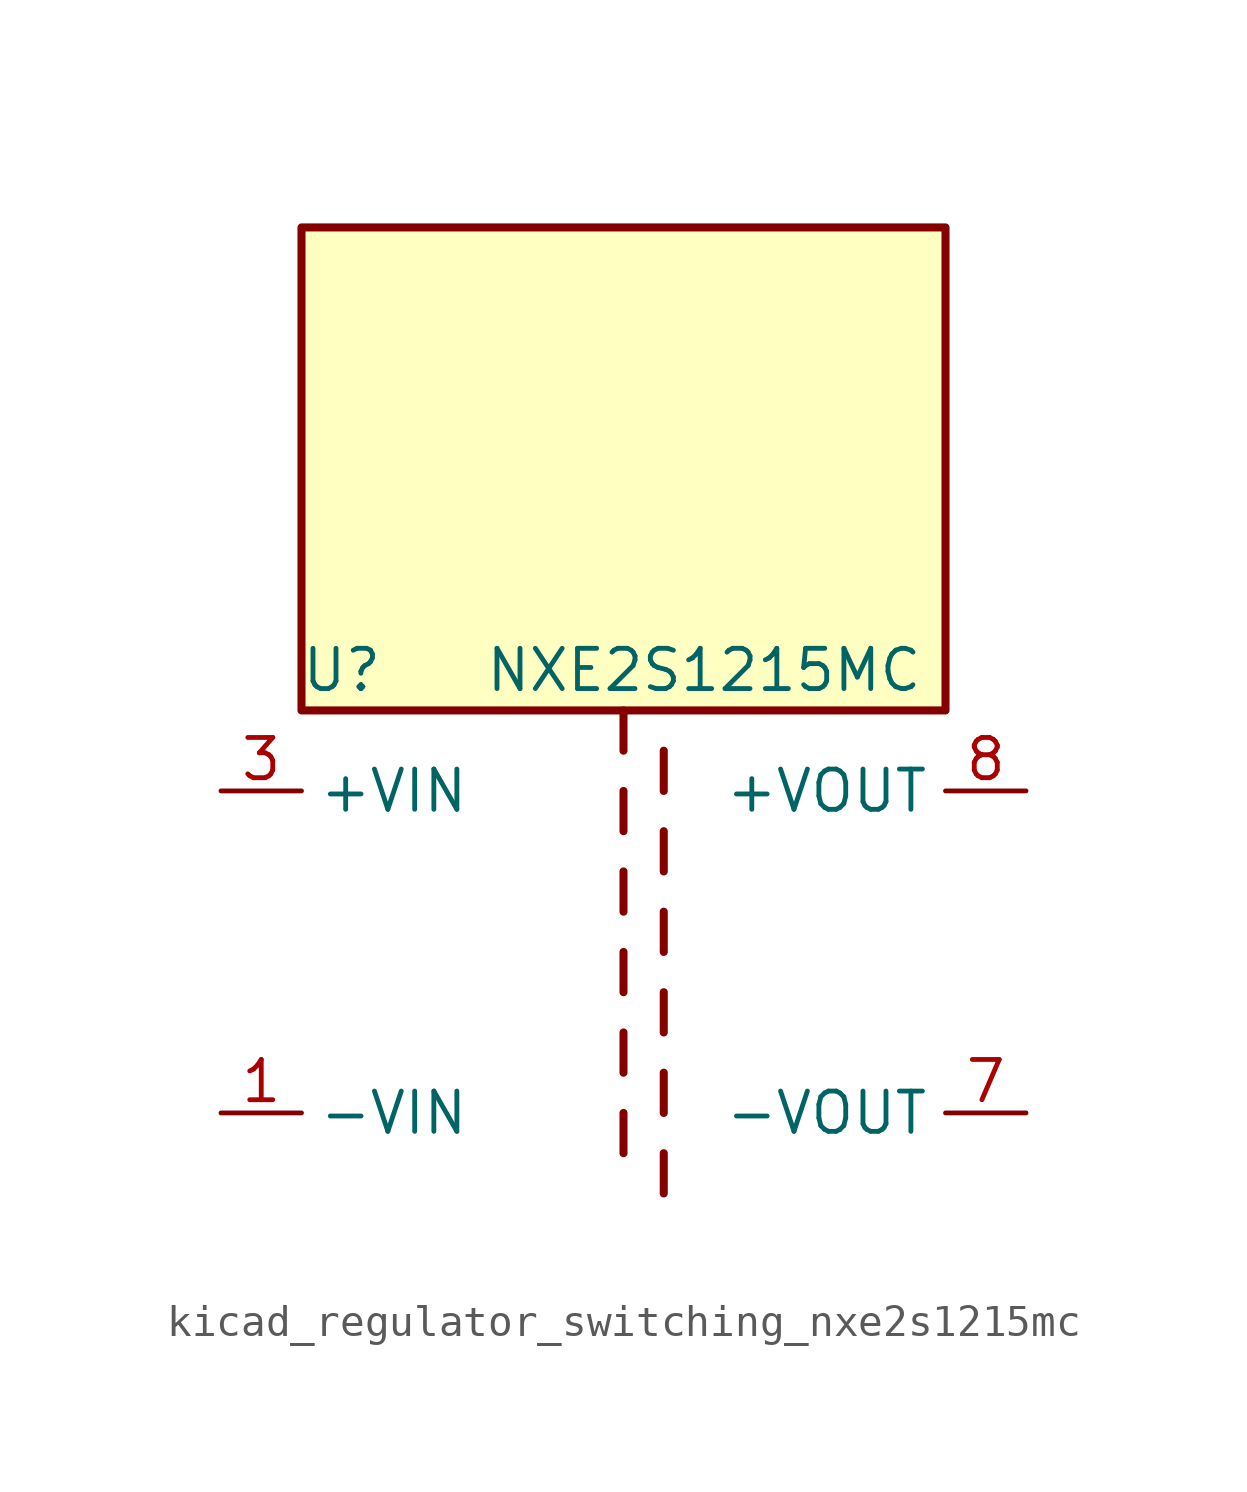
<source format=kicad_sym>
(kicad_symbol_lib
  (version 20220914)
  (generator kicad_symbol_editor)
  (symbol "kicad_regulator_switching_nxe2s1215mc"
    (property "Reference" "U"
      (at -8.89 8.89 0)
      (effects (font (size 1.27 1.27))))
    (property "Value" "NXE2S1215MC"
      (at 2.54 8.89 0)
      (effects (font (size 1.27 1.27))))
    (symbol "kicad_regulator_switching_nxe2s1215mc_0_1"
      (polyline (pts (xy 0 -5.08) (xy 0 -6.35)) (stroke (width 0.254) (type default)) (fill (type none)))
      (polyline (pts (xy 0 -2.54) (xy 0 -3.81)) (stroke (width 0.254) (type default)) (fill (type none)))
      (polyline (pts (xy 0 0) (xy 0 -1.27)) (stroke (width 0.254) (type default)) (fill (type none)))
      (polyline (pts (xy 0 2.54) (xy 0 1.27)) (stroke (width 0.254) (type default)) (fill (type none)))
      (polyline (pts (xy 0 5.08) (xy 0 3.81)) (stroke (width 0.254) (type default)) (fill (type none)))
      (polyline (pts (xy 0 7.62) (xy 0 6.35)) (stroke (width 0.254) (type default)) (fill (type none)))
      (polyline (pts (xy 1.27 -7.62) (xy 1.27 -6.35)) (stroke (width 0.254) (type default)) (fill (type none)))
      (polyline (pts (xy 1.27 -5.08) (xy 1.27 -3.81)) (stroke (width 0.254) (type default)) (fill (type none)))
      (polyline (pts (xy 1.27 -2.54) (xy 1.27 -1.27)) (stroke (width 0.254) (type default)) (fill (type none)))
      (polyline (pts (xy 1.27 0) (xy 1.27 1.27)) (stroke (width 0.254) (type default)) (fill (type none)))
      (polyline (pts (xy 1.27 2.54) (xy 1.27 3.81)) (stroke (width 0.254) (type default)) (fill (type none)))
      (polyline (pts (xy 1.27 5.08) (xy 1.27 6.35)) (stroke (width 0.254) (type default)) (fill (type none)))
      (rectangle (start 10.16 22.86) (end -10.16 7.62) (stroke (width 0.254) (type default)) (fill (type background))))
    (symbol "kicad_regulator_switching_nxe2s1215mc_1_1"
      (pin power_in line (at -12.7 -5.08 0) (length 2.54) (name "-VIN" (effects (font (size 1.27 1.27)))) (number "1" (effects (font (size 1.27 1.27)))))
      (pin no_connect line (at -10.16 0 0) (length 2.54) hide (name "NC" (effects (font (size 1.27 1.27)))) (number "14" (effects (font (size 1.27 1.27)))))
      (pin power_in line (at -12.7 5.08 0) (length 2.54) (name "+VIN" (effects (font (size 1.27 1.27)))) (number "3" (effects (font (size 1.27 1.27)))))
      (pin power_out line (at 12.7 -5.08 180) (length 2.54) (name "-VOUT" (effects (font (size 1.27 1.27)))) (number "7" (effects (font (size 1.27 1.27)))))
      (pin power_out line (at 12.7 5.08 180) (length 2.54) (name "+VOUT" (effects (font (size 1.27 1.27)))) (number "8" (effects (font (size 1.27 1.27))))))))
</source>
